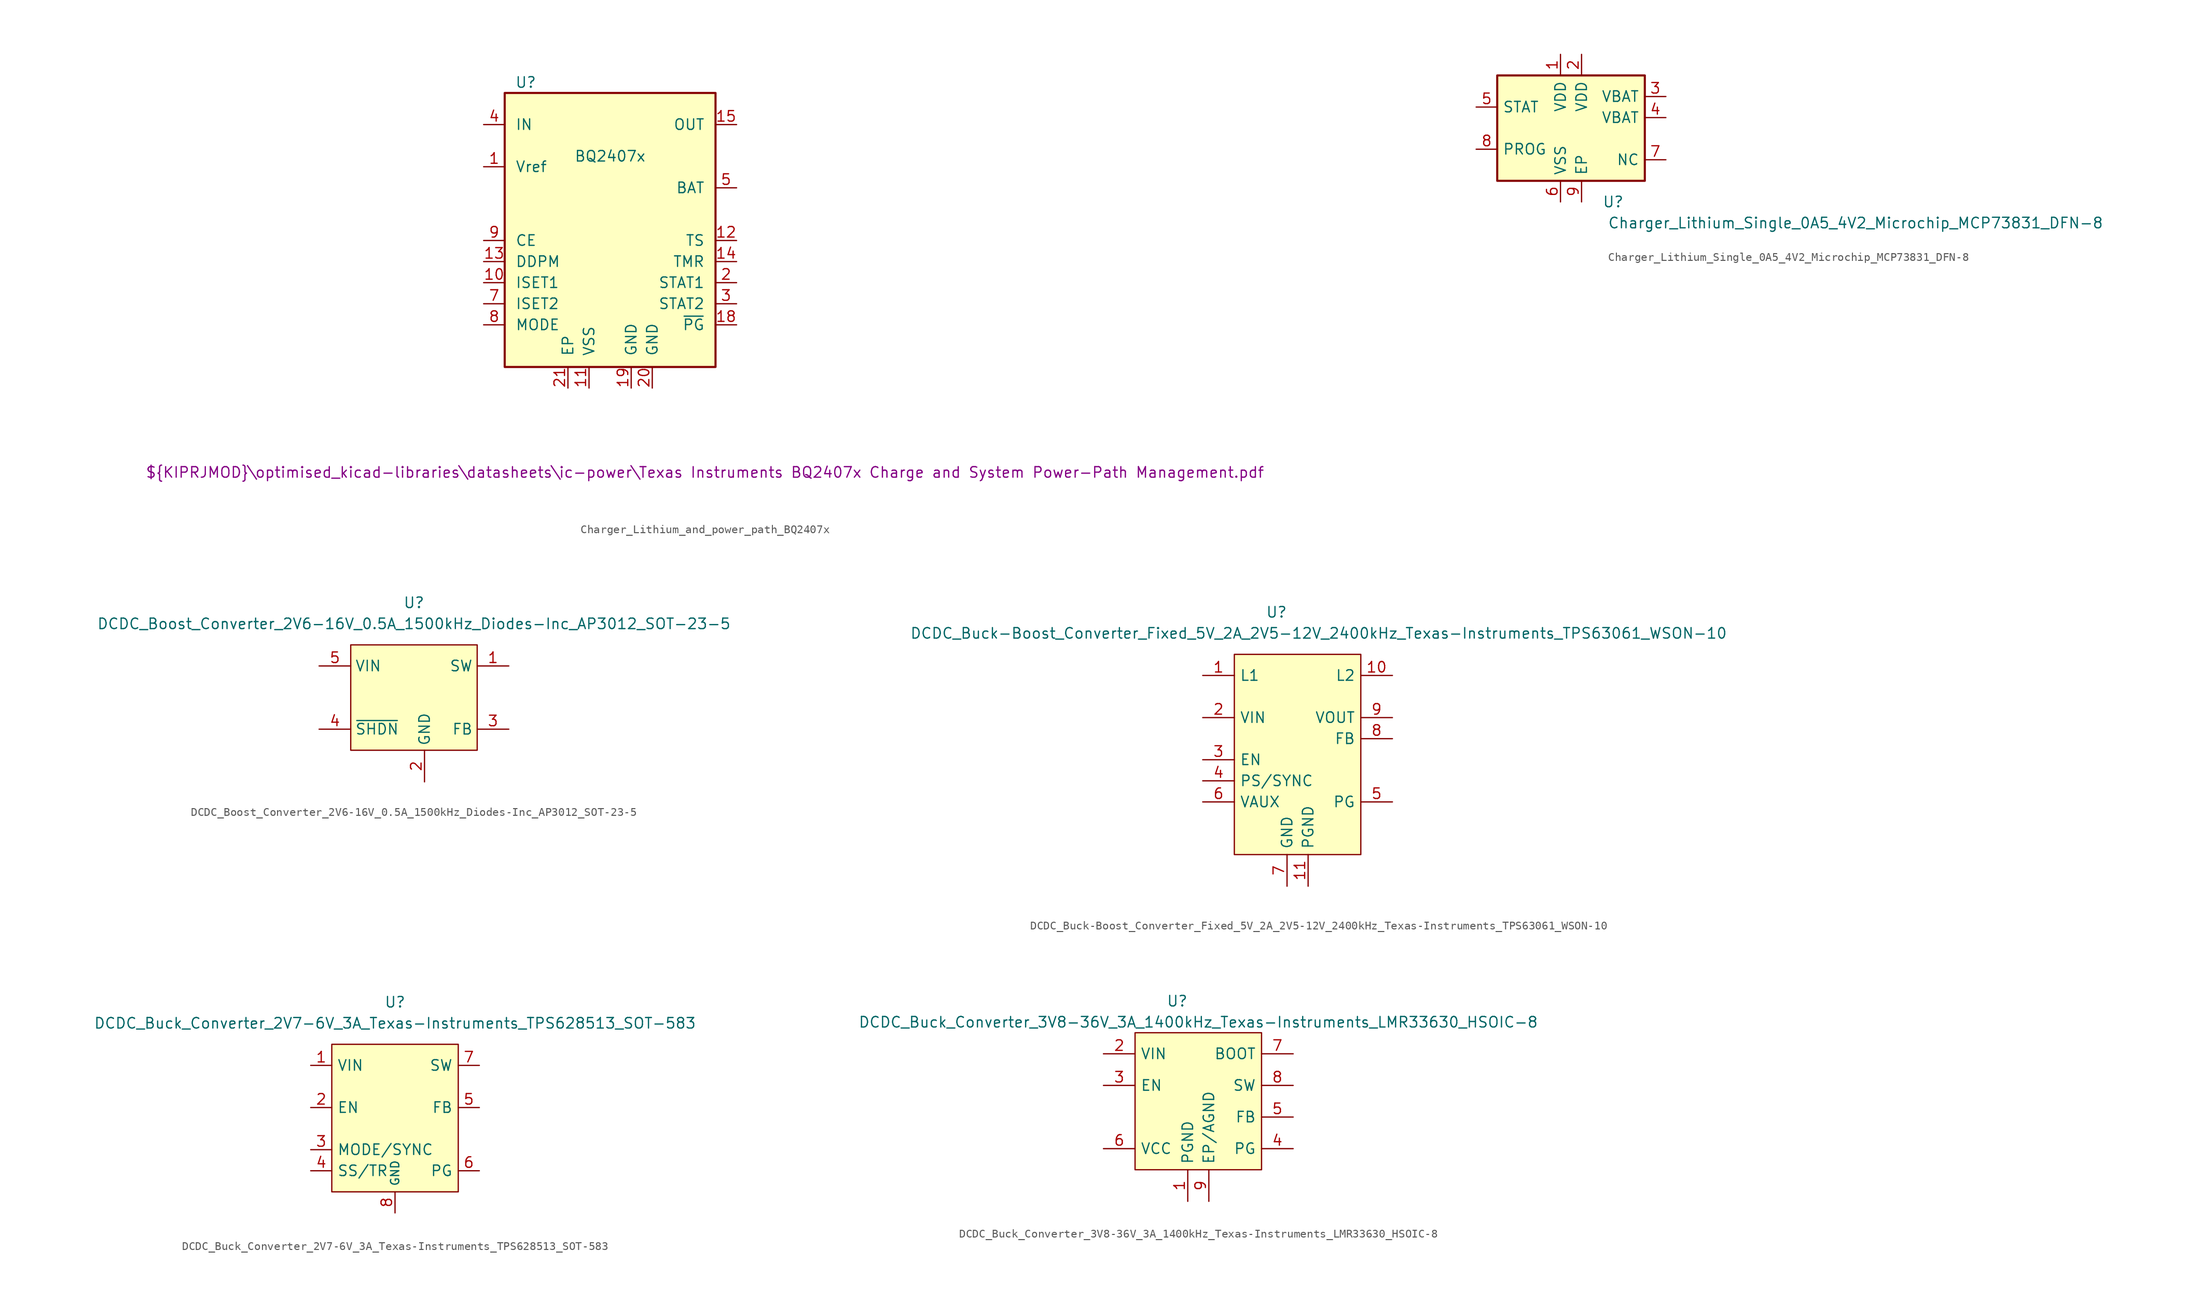
<source format=kicad_sym>
(kicad_symbol_lib
  (version 20220914)
  (generator kicad_symbol_editor)
  (symbol "Charger_Lithium_and_power_path_BQ2407x"
    (pin_names
      (offset 1.27))
    (property "Reference" "U"
      (at -10.16 19.05 0)
      (effects (font (size 1.27 1.27))))
    (property "Value" "BQ2407x"
      (at 0 10.16 0)
      (effects (font (size 1.27 1.27))))
    (property "Datasheet" "${KIPRJMOD}\\optimised_kicad-libraries\\datasheets\\ic-power\\Texas Instruments BQ2407x Charge and System Power-Path Management.pdf"
      (at 11.43 -27.94 0)
      (effects (font (size 1.27 1.27))))
    (symbol "Charger_Lithium_and_power_path_BQ2407x_1_1"
      (rectangle (start -12.7 17.78) (end 12.7 -15.24) (stroke (width 0.254) (type default)) (fill (type background)))
      (pin output line (at -15.24 8.89 0) (length 2.54) (name "Vref" (effects (font (size 1.27 1.27)))) (number "1" (effects (font (size 1.27 1.27)))))
      (pin bidirectional line (at -15.24 -5.08 0) (length 2.54) (name "ISET1" (effects (font (size 1.27 1.27)))) (number "10" (effects (font (size 1.27 1.27)))))
      (pin power_in line (at -2.54 -17.78 90) (length 2.54) (name "VSS" (effects (font (size 1.27 1.27)))) (number "11" (effects (font (size 1.27 1.27)))))
      (pin bidirectional line (at 15.24 0 180) (length 2.54) (name "TS" (effects (font (size 1.27 1.27)))) (number "12" (effects (font (size 1.27 1.27)))))
      (pin input line (at -15.24 -2.54 0) (length 2.54) (name "DDPM" (effects (font (size 1.27 1.27)))) (number "13" (effects (font (size 1.27 1.27)))))
      (pin bidirectional line (at 15.24 -2.54 180) (length 2.54) (name "TMR" (effects (font (size 1.27 1.27)))) (number "14" (effects (font (size 1.27 1.27)))))
      (pin power_out line (at 15.24 13.97 180) (length 2.54) (name "OUT" (effects (font (size 1.27 1.27)))) (number "15" (effects (font (size 1.27 1.27)))))
      (pin power_out line (at 15.24 13.97 180) (length 2.54) hide (name "OUT" (effects (font (size 1.27 1.27)))) (number "16" (effects (font (size 1.27 1.27)))))
      (pin power_out line (at 15.24 13.97 180) (length 2.54) hide (name "OUT" (effects (font (size 1.27 1.27)))) (number "17" (effects (font (size 1.27 1.27)))))
      (pin input line (at 15.24 -10.16 180) (length 2.54) (name "~{PG}" (effects (font (size 1.27 1.27)))) (number "18" (effects (font (size 1.27 1.27)))))
      (pin power_in line (at 2.54 -17.78 90) (length 2.54) (name "GND" (effects (font (size 1.27 1.27)))) (number "19" (effects (font (size 1.27 1.27)))))
      (pin input line (at 15.24 -5.08 180) (length 2.54) (name "STAT1" (effects (font (size 1.27 1.27)))) (number "2" (effects (font (size 1.27 1.27)))))
      (pin power_in line (at 5.08 -17.78 90) (length 2.54) (name "GND" (effects (font (size 1.27 1.27)))) (number "20" (effects (font (size 1.27 1.27)))))
      (pin power_in line (at -5.08 -17.78 90) (length 2.54) (name "EP" (effects (font (size 1.27 1.27)))) (number "21" (effects (font (size 1.27 1.27)))))
      (pin input line (at 15.24 -7.62 180) (length 2.54) (name "STAT2" (effects (font (size 1.27 1.27)))) (number "3" (effects (font (size 1.27 1.27)))))
      (pin power_in line (at -15.24 13.97 0) (length 2.54) (name "IN" (effects (font (size 1.27 1.27)))) (number "4" (effects (font (size 1.27 1.27)))))
      (pin power_in line (at 15.24 6.35 180) (length 2.54) (name "BAT" (effects (font (size 1.27 1.27)))) (number "5" (effects (font (size 1.27 1.27)))))
      (pin power_in line (at 15.24 6.35 180) (length 2.54) hide (name "BAT" (effects (font (size 1.27 1.27)))) (number "6" (effects (font (size 1.27 1.27)))))
      (pin input line (at -15.24 -7.62 0) (length 2.54) (name "ISET2" (effects (font (size 1.27 1.27)))) (number "7" (effects (font (size 1.27 1.27)))))
      (pin input line (at -15.24 -10.16 0) (length 2.54) (name "MODE" (effects (font (size 1.27 1.27)))) (number "8" (effects (font (size 1.27 1.27)))))
      (pin input line (at -15.24 0 0) (length 2.54) (name "CE" (effects (font (size 1.27 1.27)))) (number "9" (effects (font (size 1.27 1.27)))))))
  (symbol "Charger_Lithium_Single_0A5_4V2_Microchip_MCP73831_DFN-8"
    (pin_names
      (offset 0.635))
    (property "Reference" "U"
      (at 5.08 -8.89 0)
      (effects (font (size 1.27 1.27))))
    (property "Value" "Charger_Lithium_Single_0A5_4V2_Microchip_MCP73831_DFN-8"
      (at 34.29 -11.43 0)
      (effects (font (size 1.27 1.27))))
    (symbol "Charger_Lithium_Single_0A5_4V2_Microchip_MCP73831_DFN-8_0_0"
      (pin passive line (at 1.27 8.89 270) (length 2.54) (name "VDD" (effects (font (size 1.27 1.27)))) (number "2" (effects (font (size 1.27 1.27)))))
      (pin passive line (at 11.43 1.27 180) (length 2.54) (name "VBAT" (effects (font (size 1.27 1.27)))) (number "4" (effects (font (size 1.27 1.27)))))
      (pin passive line (at 11.43 -3.81 180) (length 2.54) (name "NC" (effects (font (size 1.27 1.27)))) (number "7" (effects (font (size 1.27 1.27)))))
      (pin passive line (at 1.27 -8.89 90) (length 2.54) (name "EP" (effects (font (size 1.27 1.27)))) (number "9" (effects (font (size 1.27 1.27))))))
    (symbol "Charger_Lithium_Single_0A5_4V2_Microchip_MCP73831_DFN-8_1_1"
      (rectangle (start -8.89 6.35) (end 8.89 -6.35) (stroke (width 0.254) (type default)) (fill (type background)))
      (pin power_in line (at -1.27 8.89 270) (length 2.54) (name "VDD" (effects (font (size 1.27 1.27)))) (number "1" (effects (font (size 1.27 1.27)))))
      (pin power_out line (at 11.43 3.81 180) (length 2.54) (name "VBAT" (effects (font (size 1.27 1.27)))) (number "3" (effects (font (size 1.27 1.27)))))
      (pin output line (at -11.43 2.54 0) (length 2.54) (name "STAT" (effects (font (size 1.27 1.27)))) (number "5" (effects (font (size 1.27 1.27)))))
      (pin power_in line (at -1.27 -8.89 90) (length 2.54) (name "VSS" (effects (font (size 1.27 1.27)))) (number "6" (effects (font (size 1.27 1.27)))))
      (pin passive line (at -11.43 -2.54 0) (length 2.54) (name "PROG" (effects (font (size 1.27 1.27)))) (number "8" (effects (font (size 1.27 1.27)))))))
  (symbol "DCDC_Boost_Converter_2V6-16V_0.5A_1500kHz_Diodes-Inc_AP3012_SOT-23-5"
    (pin_names
      (offset 0.5))
    (property "Reference" "U"
      (at 0 11.43 0)
      (effects (font (size 1.27 1.27))))
    (property "Value" "DCDC_Boost_Converter_2V6-16V_0.5A_1500kHz_Diodes-Inc_AP3012_SOT-23-5"
      (at 0 8.89 0)
      (effects (font (size 1.27 1.27))))
    (property "Manufacturer2" " "
      (at 0 0 0)
      (effects (font (size 1.27 1.27))))
    (property "MPN2" " "
      (at 0 0 0)
      (effects (font (size 1.27 1.27))))
    (property "FitPart" " "
      (at 0 0 0)
      (effects (font (size 1.27 1.27))))
    (symbol "DCDC_Boost_Converter_2V6-16V_0.5A_1500kHz_Diodes-Inc_AP3012_SOT-23-5_0_0"
      (pin power_out line (at 11.43 3.81 180) (length 3.81) (name "SW" (effects (font (size 1.27 1.27)))) (number "1" (effects (font (size 1.27 1.27)))))
      (pin power_in line (at 1.27 -10.16 90) (length 3.81) (name "GND" (effects (font (size 1.27 1.27)))) (number "2" (effects (font (size 1.27 1.27)))))
      (pin input line (at 11.43 -3.81 180) (length 3.81) (name "FB" (effects (font (size 1.27 1.27)))) (number "3" (effects (font (size 1.27 1.27)))))
      (pin input line (at -11.43 -3.81 0) (length 3.81) (name "~{SHDN}" (effects (font (size 1.27 1.27)))) (number "4" (effects (font (size 1.27 1.27)))))
      (pin power_in line (at -11.43 3.81 0) (length 3.81) (name "VIN" (effects (font (size 1.27 1.27)))) (number "5" (effects (font (size 1.27 1.27))))))
    (symbol "DCDC_Boost_Converter_2V6-16V_0.5A_1500kHz_Diodes-Inc_AP3012_SOT-23-5_0_1"
      (rectangle (start -7.62 6.35) (end 7.62 -6.35) (stroke (width 0) (type default)) (fill (type background)))))
  (symbol "DCDC_Buck-Boost_Converter_Fixed_5V_2A_2V5-12V_2400kHz_Texas-Instruments_TPS63061_WSON-10"
    (pin_names
      (offset 0.635))
    (property "Reference" "U"
      (at -2.54 16.51 0)
      (effects (font (size 1.27 1.27))))
    (property "Value" "DCDC_Buck-Boost_Converter_Fixed_5V_2A_2V5-12V_2400kHz_Texas-Instruments_TPS63061_WSON-10"
      (at 2.54 13.97 0)
      (effects (font (size 1.27 1.27))))
    (symbol "DCDC_Buck-Boost_Converter_Fixed_5V_2A_2V5-12V_2400kHz_Texas-Instruments_TPS63061_WSON-10_0_0"
      (pin input line (at -11.43 8.89 0) (length 3.81) (name "L1" (effects (font (size 1.27 1.27)))) (number "1" (effects (font (size 1.27 1.27)))))
      (pin input line (at 11.43 8.89 180) (length 3.81) (name "L2" (effects (font (size 1.27 1.27)))) (number "10" (effects (font (size 1.27 1.27)))))
      (pin input line (at 1.27 -16.51 90) (length 3.81) (name "PGND" (effects (font (size 1.27 1.27)))) (number "11" (effects (font (size 1.27 1.27)))))
      (pin power_in line (at -11.43 3.81 0) (length 3.81) (name "VIN" (effects (font (size 1.27 1.27)))) (number "2" (effects (font (size 1.27 1.27)))))
      (pin input line (at -11.43 -1.27 0) (length 3.81) (name "EN" (effects (font (size 1.27 1.27)))) (number "3" (effects (font (size 1.27 1.27)))))
      (pin input line (at -11.43 -3.81 0) (length 3.81) (name "PS/SYNC" (effects (font (size 1.27 1.27)))) (number "4" (effects (font (size 1.27 1.27)))))
      (pin open_collector line (at 11.43 -6.35 180) (length 3.81) (name "PG" (effects (font (size 1.27 1.27)))) (number "5" (effects (font (size 1.27 1.27)))))
      (pin power_out line (at -11.43 -6.35 0) (length 3.81) (name "VAUX" (effects (font (size 1.27 1.27)))) (number "6" (effects (font (size 1.27 1.27)))))
      (pin power_in line (at -1.27 -16.51 90) (length 3.81) (name "GND" (effects (font (size 1.27 1.27)))) (number "7" (effects (font (size 1.27 1.27)))))
      (pin input line (at 11.43 1.27 180) (length 3.81) (name "FB" (effects (font (size 1.27 1.27)))) (number "8" (effects (font (size 1.27 1.27)))))
      (pin power_out line (at 11.43 3.81 180) (length 3.81) (name "VOUT" (effects (font (size 1.27 1.27)))) (number "9" (effects (font (size 1.27 1.27))))))
    (symbol "DCDC_Buck-Boost_Converter_Fixed_5V_2A_2V5-12V_2400kHz_Texas-Instruments_TPS63061_WSON-10_0_1"
      (rectangle (start -7.62 11.43) (end 7.62 -12.7) (stroke (width 0) (type default)) (fill (type background)))))
  (symbol "DCDC_Buck_Converter_2V7-6V_3A_Texas-Instruments_TPS628513_SOT-583"
    (pin_names
      (offset 0.635))
    (property "Reference" "U"
      (at 0 13.97 0)
      (effects (font (size 1.27 1.27))))
    (property "Value" "DCDC_Buck_Converter_2V7-6V_3A_Texas-Instruments_TPS628513_SOT-583"
      (at 0 11.43 0)
      (effects (font (size 1.27 1.27))))
    (symbol "DCDC_Buck_Converter_2V7-6V_3A_Texas-Instruments_TPS628513_SOT-583_0_0"
      (pin power_in line (at -10.16 6.35 0) (length 2.54) (name "VIN" (effects (font (size 1.27 1.27)))) (number "1" (effects (font (size 1.27 1.27)))))
      (pin input line (at -10.16 1.27 0) (length 2.54) (name "EN" (effects (font (size 1.27 1.27)))) (number "2" (effects (font (size 1.27 1.27)))))
      (pin input line (at -10.16 -3.81 0) (length 2.54) (name "MODE/SYNC" (effects (font (size 1.27 1.27)))) (number "3" (effects (font (size 1.27 1.27)))))
      (pin input line (at -10.16 -6.35 0) (length 2.54) (name "SS/TR" (effects (font (size 1.27 1.27)))) (number "4" (effects (font (size 1.27 1.27)))))
      (pin input line (at 10.16 1.27 180) (length 2.54) (name "FB" (effects (font (size 1.27 1.27)))) (number "5" (effects (font (size 1.27 1.27)))))
      (pin open_collector line (at 10.16 -6.35 180) (length 2.54) (name "PG" (effects (font (size 1.27 1.27)))) (number "6" (effects (font (size 1.27 1.27)))))
      (pin output line (at 10.16 6.35 180) (length 2.54) (name "SW" (effects (font (size 1.27 1.27)))) (number "7" (effects (font (size 1.27 1.27))))))
    (symbol "DCDC_Buck_Converter_2V7-6V_3A_Texas-Instruments_TPS628513_SOT-583_1_0"
      (pin power_in line (at 0 -11.43 90) (length 2.54) (name "GND" (effects (font (size 1 1)))) (number "8" (effects (font (size 1.27 1.27))))))
    (symbol "DCDC_Buck_Converter_2V7-6V_3A_Texas-Instruments_TPS628513_SOT-583_1_1"
      (rectangle (start -7.62 8.89) (end 7.62 -8.89) (stroke (width 0) (type default)) (fill (type background)))))
  (symbol "DCDC_Buck_Converter_3V8-36V_3A_1400kHz_Texas-Instruments_LMR33630_HSOIC-8"
    (pin_names
      (offset 0.635))
    (property "Reference" "U"
      (at -2.54 12.7 0)
      (effects (font (size 1.27 1.27))))
    (property "Value" "DCDC_Buck_Converter_3V8-36V_3A_1400kHz_Texas-Instruments_LMR33630_HSOIC-8"
      (at 0 10.16 0)
      (effects (font (size 1.27 1.27))))
    (symbol "DCDC_Buck_Converter_3V8-36V_3A_1400kHz_Texas-Instruments_LMR33630_HSOIC-8_0_0"
      (pin power_in line (at -1.27 -11.43 90) (length 3.81) (name "PGND" (effects (font (size 1.27 1.27)))) (number "1" (effects (font (size 1.27 1.27)))))
      (pin power_in line (at -11.43 6.35 0) (length 3.81) (name "VIN" (effects (font (size 1.27 1.27)))) (number "2" (effects (font (size 1.27 1.27)))))
      (pin input line (at -11.43 2.54 0) (length 3.81) (name "EN" (effects (font (size 1.27 1.27)))) (number "3" (effects (font (size 1.27 1.27)))))
      (pin open_collector line (at 11.43 -5.08 180) (length 3.81) (name "PG" (effects (font (size 1.27 1.27)))) (number "4" (effects (font (size 1.27 1.27)))))
      (pin input line (at 11.43 -1.27 180) (length 3.81) (name "FB" (effects (font (size 1.27 1.27)))) (number "5" (effects (font (size 1.27 1.27)))))
      (pin power_out line (at -11.43 -5.08 0) (length 3.81) (name "VCC" (effects (font (size 1.27 1.27)))) (number "6" (effects (font (size 1.27 1.27)))))
      (pin passive line (at 11.43 6.35 180) (length 3.81) (name "BOOT" (effects (font (size 1.27 1.27)))) (number "7" (effects (font (size 1.27 1.27)))))
      (pin output line (at 11.43 2.54 180) (length 3.81) (name "SW" (effects (font (size 1.27 1.27)))) (number "8" (effects (font (size 1.27 1.27)))))
      (pin power_in line (at 1.27 -11.43 90) (length 3.81) (name "EP/AGND" (effects (font (size 1.27 1.27)))) (number "9" (effects (font (size 1.27 1.27))))))
    (symbol "DCDC_Buck_Converter_3V8-36V_3A_1400kHz_Texas-Instruments_LMR33630_HSOIC-8_0_1"
      (rectangle (start -7.62 8.89) (end 7.62 -7.62) (stroke (width 0) (type default)) (fill (type background))))))
</source>
